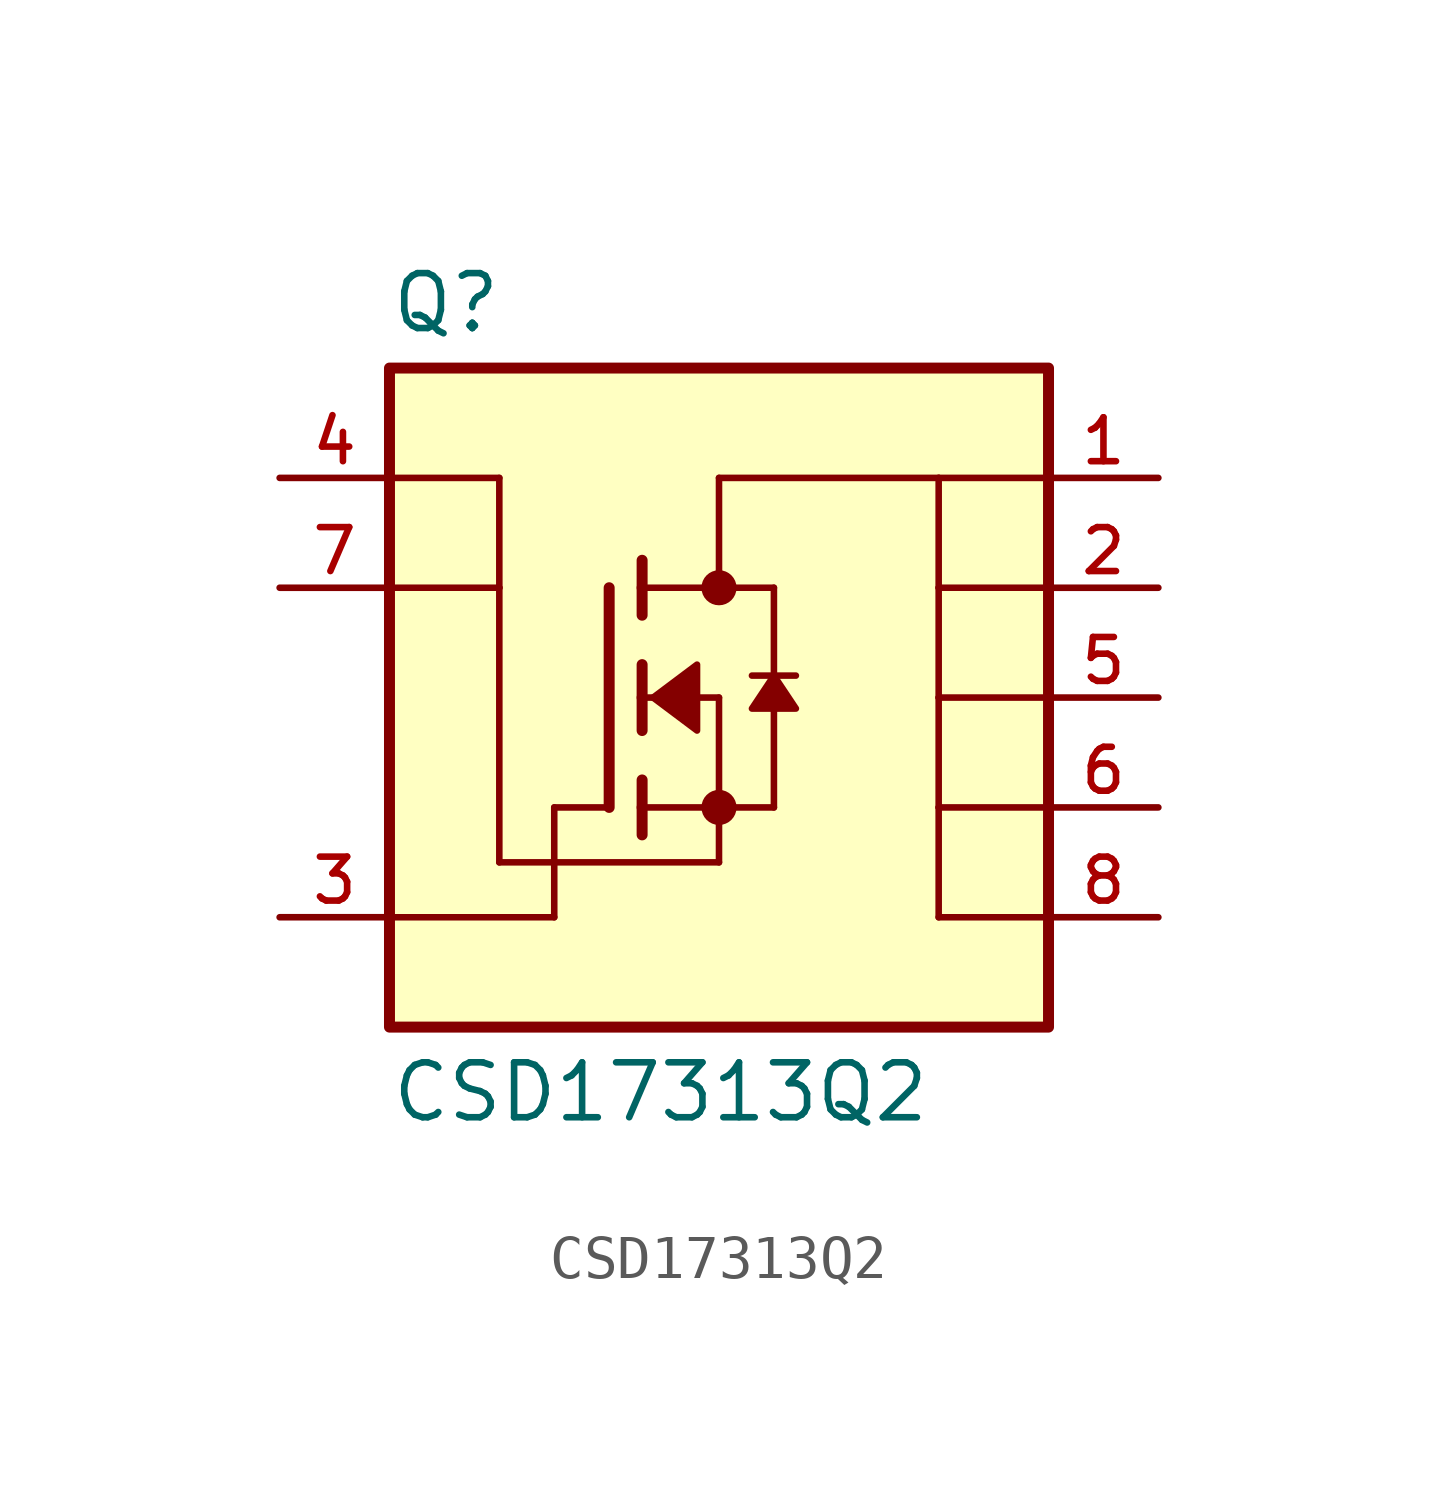
<source format=kicad_sym>
(kicad_symbol_lib
  (version 20211014)
  (generator kicad_symbol_editor)
  (symbol "CSD17313Q2"
    (pin_names
      (offset 1.016))
    (property "Reference" "Q"
      (at -7.62 8.382 0)
      (effects (font (size 1.27 1.27)) (justify bottom left)))
    (property "Value" "CSD17313Q2"
      (at -7.62 -8.382 0)
      (effects (font (size 1.27 1.27)) (justify top left)))
    (symbol "CSD17313Q2_0_0"
      (polyline (pts (xy -1.778 0.762) (xy -1.778 0.0)) (stroke (width 0.254)))
      (polyline (pts (xy -1.778 0.0) (xy -1.778 -0.762)) (stroke (width 0.254)))
      (polyline (pts (xy -1.778 3.175) (xy -1.778 2.54)) (stroke (width 0.254)))
      (polyline (pts (xy -1.778 2.54) (xy -1.778 1.905)) (stroke (width 0.254)))
      (polyline (pts (xy -1.778 0.0) (xy 0.0 0.0)) (stroke (width 0.152)))
      (polyline (pts (xy 0.0 0.0) (xy 0.0 -2.54)) (stroke (width 0.152)))
      (polyline (pts (xy -1.778 -1.905) (xy -1.778 -2.54)) (stroke (width 0.254)))
      (polyline (pts (xy -1.778 -2.54) (xy -1.778 -3.175)) (stroke (width 0.254)))
      (polyline (pts (xy -2.54 2.54) (xy -2.54 -2.54)) (stroke (width 0.254)))
      (polyline (pts (xy 0.0 -2.54) (xy -1.778 -2.54)) (stroke (width 0.152)))
      (polyline (pts (xy 1.27 2.54) (xy 1.27 0.508)) (stroke (width 0.152)))
      (polyline (pts (xy 1.27 0.508) (xy 1.27 -2.54)) (stroke (width 0.152)))
      (polyline (pts (xy 0.0 -2.54) (xy 1.27 -2.54)) (stroke (width 0.152)))
      (polyline (pts (xy -1.778 2.54) (xy 0.0 2.54)) (stroke (width 0.152)))
      (polyline (pts (xy 0.0 2.54) (xy 1.27 2.54)) (stroke (width 0.152)))
      (polyline (pts (xy 1.778 0.508) (xy 1.27 0.508)) (stroke (width 0.152)))
      (polyline (pts (xy 1.27 0.508) (xy 0.762 0.508)) (stroke (width 0.152)))
      (circle (center 0.0 2.54) (radius 0.203) (stroke (width 0.406)) (fill (type none)))
      (polyline (pts (xy 1.27 0.508) (xy 0.762 -0.254) (xy 1.778 -0.254) (xy 1.27 0.508)) (stroke (width 0.152)) (fill (type outline)))
      (polyline (pts (xy -1.524 0.0) (xy -0.508 0.762) (xy -0.508 -0.762) (xy -1.524 0.0)) (stroke (width 0.152)) (fill (type outline)))
      (polyline (pts (xy 5.08 -2.54) (xy 5.08 0.0)) (stroke (width 0.152)))
      (polyline (pts (xy 5.08 0.0) (xy 5.08 2.54)) (stroke (width 0.152)))
      (polyline (pts (xy 5.08 2.54) (xy 5.08 5.08)) (stroke (width 0.152)))
      (polyline (pts (xy 5.08 5.08) (xy 0.0 5.08)) (stroke (width 0.152)))
      (polyline (pts (xy 0.0 5.08) (xy 0.0 2.54)) (stroke (width 0.152)))
      (polyline (pts (xy 5.08 -2.54) (xy 7.62 -2.54)) (stroke (width 0.152)))
      (polyline (pts (xy 5.08 0.0) (xy 7.62 0.0)) (stroke (width 0.152)))
      (polyline (pts (xy 5.08 2.54) (xy 7.62 2.54)) (stroke (width 0.152)))
      (polyline (pts (xy 5.08 5.08) (xy 7.62 5.08)) (stroke (width 0.152)))
      (polyline (pts (xy -7.62 -5.08) (xy -3.81 -5.08)) (stroke (width 0.152)))
      (polyline (pts (xy -3.81 -5.08) (xy -3.81 -2.54)) (stroke (width 0.152)))
      (polyline (pts (xy -3.81 -2.54) (xy -2.54 -2.54)) (stroke (width 0.152)))
      (polyline (pts (xy -7.62 5.08) (xy -5.08 5.08)) (stroke (width 0.152)))
      (polyline (pts (xy -5.08 5.08) (xy -5.08 2.54)) (stroke (width 0.152)))
      (polyline (pts (xy -7.62 2.54) (xy -5.08 2.54)) (stroke (width 0.152)))
      (polyline (pts (xy -5.08 2.54) (xy -5.08 -3.81)) (stroke (width 0.152)))
      (polyline (pts (xy -5.08 -3.81) (xy 0.0 -3.81)) (stroke (width 0.152)))
      (polyline (pts (xy 0.0 -3.81) (xy 0.0 -2.54)) (stroke (width 0.152)))
      (circle (center 0.0 -2.54) (radius 0.203) (stroke (width 0.406)) (fill (type none)))
      (polyline (pts (xy 5.08 -5.08) (xy 7.62 -5.08)) (stroke (width 0.152)))
      (polyline (pts (xy 5.08 -5.08) (xy 5.08 -2.54)) (stroke (width 0.152)))
      (rectangle (start -7.62 -7.62) (end 7.62 7.62) (stroke (width 0.254)) (fill (type background)))
      (pin passive line (at -10.16 5.08 0) (length 2.54) (name "~" (effects (font (size 1.016 1.016)))) (number "4" (effects (font (size 1.016 1.016)))))
      (pin passive line (at -10.16 -5.08 0) (length 2.54) (name "~" (effects (font (size 1.016 1.016)))) (number "3" (effects (font (size 1.016 1.016)))))
      (pin passive line (at 10.16 0.0 180.0) (length 2.54) (name "~" (effects (font (size 1.016 1.016)))) (number "5" (effects (font (size 1.016 1.016)))))
      (pin passive line (at 10.16 -2.54 180.0) (length 2.54) (name "~" (effects (font (size 1.016 1.016)))) (number "6" (effects (font (size 1.016 1.016)))))
      (pin passive line (at 10.16 2.54 180.0) (length 2.54) (name "~" (effects (font (size 1.016 1.016)))) (number "2" (effects (font (size 1.016 1.016)))))
      (pin passive line (at 10.16 5.08 180.0) (length 2.54) (name "~" (effects (font (size 1.016 1.016)))) (number "1" (effects (font (size 1.016 1.016)))))
      (pin passive line (at -10.16 2.54 0) (length 2.54) (name "~" (effects (font (size 1.016 1.016)))) (number "7" (effects (font (size 1.016 1.016)))))
      (pin passive line (at 10.16 -5.08 180.0) (length 2.54) (name "~" (effects (font (size 1.016 1.016)))) (number "8" (effects (font (size 1.016 1.016))))))))
</source>
